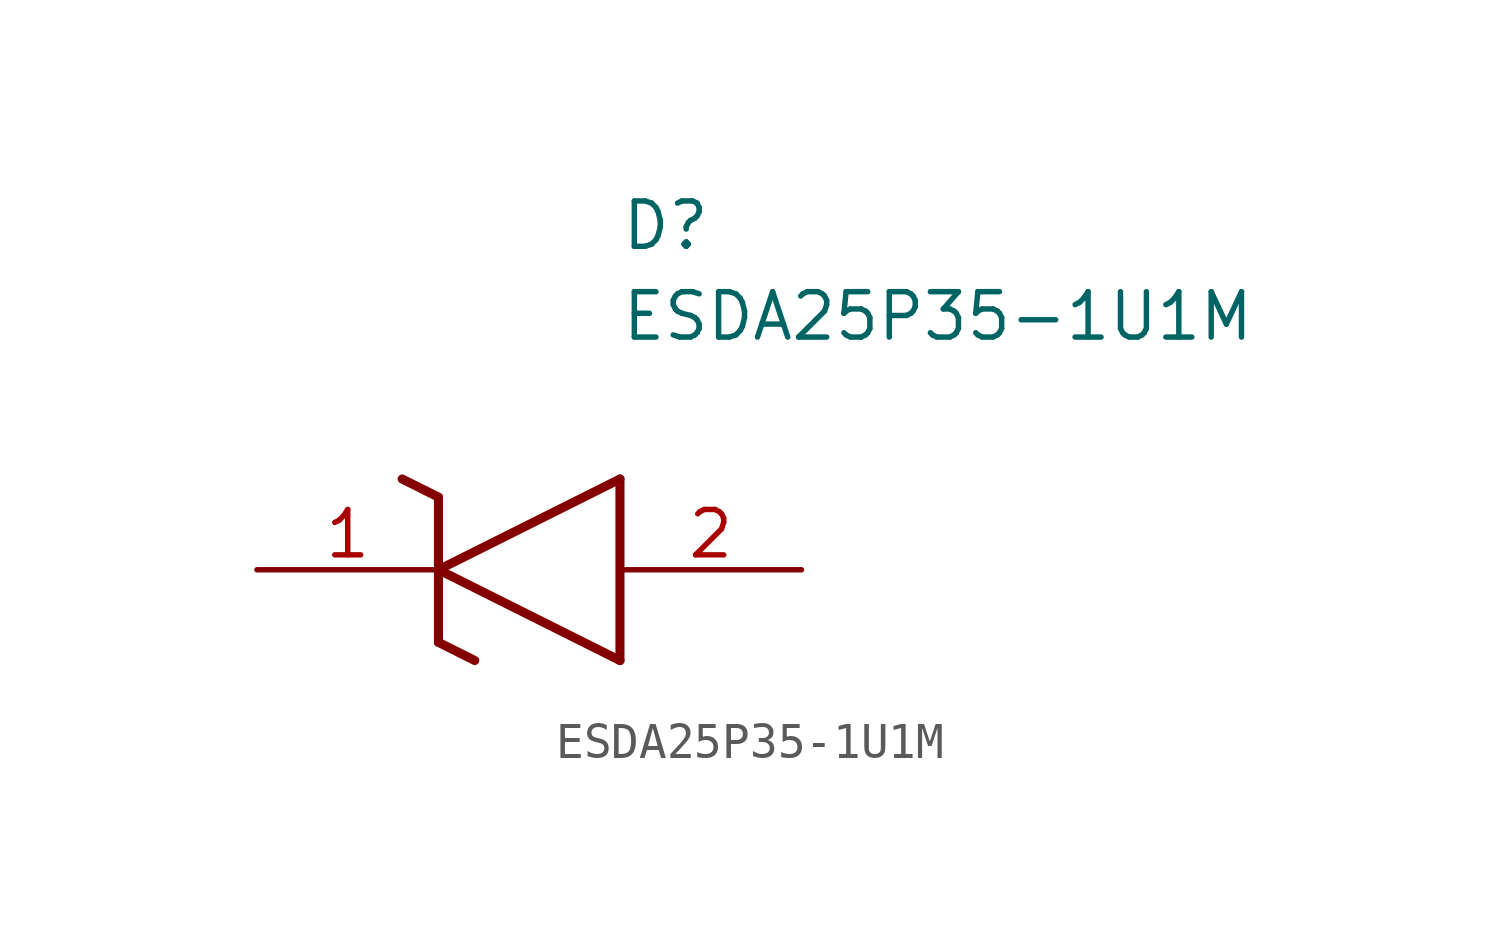
<source format=kicad_sym>
(kicad_symbol_lib
  (version 20211014)
  (generator SamacSys_ECAD_Model)
  (symbol "ESDA25P35-1U1M"
    (pin_names hide)
    (property "Reference" "D"
      (at 10.16 8.89 0)
      (effects (font (size 1.27 1.27)) (justify left bottom)))
    (property "Value" "ESDA25P35-1U1M"
      (at 10.16 6.35 0)
      (effects (font (size 1.27 1.27)) (justify left bottom)))
    (polyline
      (pts (xy 5.08 0) (xy 10.16 2.54))
      (stroke (width 0.254) (type default))
      (fill (type none)))
    (polyline
      (pts (xy 10.16 -2.54) (xy 10.16 2.54))
      (stroke (width 0.254) (type default))
      (fill (type none)))
    (polyline
      (pts (xy 10.16 -2.54) (xy 5.08 0))
      (stroke (width 0.254) (type default))
      (fill (type none)))
    (polyline
      (pts (xy 5.08 -2.032) (xy 6.096 -2.54))
      (stroke (width 0.254) (type default))
      (fill (type none)))
    (polyline
      (pts (xy 5.08 -2.032) (xy 5.08 2.032))
      (stroke (width 0.254) (type default))
      (fill (type none)))
    (polyline
      (pts (xy 4.064 2.54) (xy 5.08 2.032))
      (stroke (width 0.254) (type default))
      (fill (type none)))
    (pin passive line
      (at 0 0 0)
      (length 5.08)
      (name "K" (effects (font (size 1.27 1.27))))
      (number "1" (effects (font (size 1.27 1.27)))))
    (pin passive line
      (at 15.24 0 180)
      (length 5.08)
      (name "A" (effects (font (size 1.27 1.27))))
      (number "2" (effects (font (size 1.27 1.27)))))))
</source>
